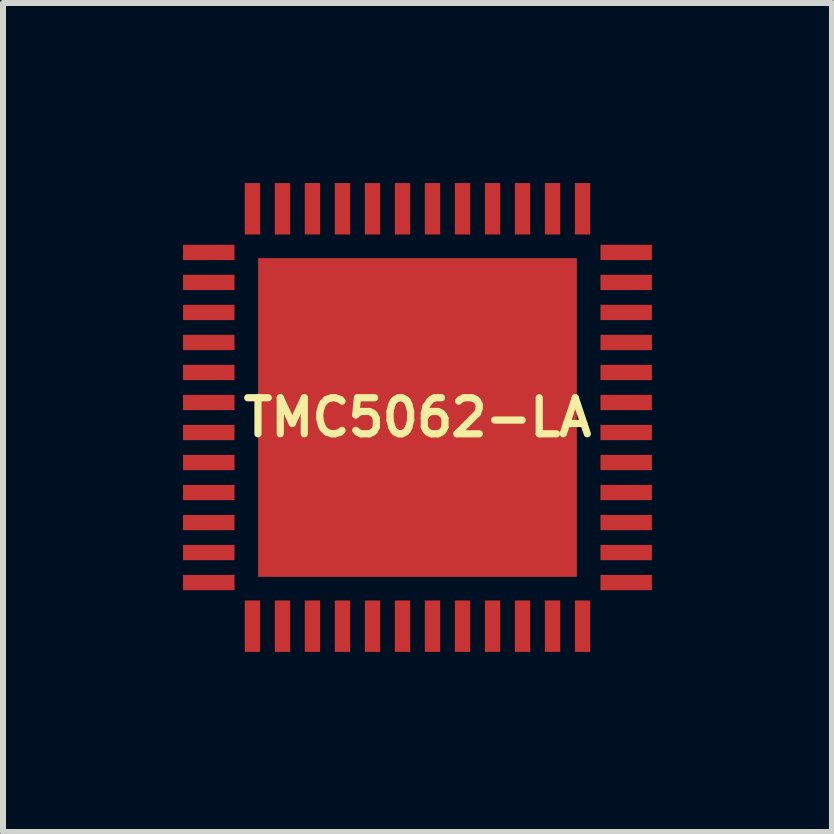
<source format=kicad_pcb>
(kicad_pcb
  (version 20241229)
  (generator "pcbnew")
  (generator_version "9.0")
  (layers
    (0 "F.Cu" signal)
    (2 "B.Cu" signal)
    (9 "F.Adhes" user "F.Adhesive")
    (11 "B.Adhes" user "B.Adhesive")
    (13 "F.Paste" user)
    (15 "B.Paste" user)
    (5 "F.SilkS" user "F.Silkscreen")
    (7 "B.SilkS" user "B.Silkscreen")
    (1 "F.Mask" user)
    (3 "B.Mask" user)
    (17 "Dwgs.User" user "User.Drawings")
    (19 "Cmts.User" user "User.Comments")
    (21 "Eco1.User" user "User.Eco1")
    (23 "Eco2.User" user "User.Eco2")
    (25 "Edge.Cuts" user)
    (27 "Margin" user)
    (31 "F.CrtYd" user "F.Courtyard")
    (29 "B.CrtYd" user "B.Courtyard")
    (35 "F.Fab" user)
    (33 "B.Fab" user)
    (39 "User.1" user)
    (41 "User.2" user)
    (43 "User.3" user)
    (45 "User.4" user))
  (footprint "TMC5062-LA"
    (layer "F.Cu")
    (at 3.905 3.905)
    (property "Reference" "TMC5062-LA" (at 0 0 0) (unlocked yes) (layer "F.SilkS") (effects (font (size 0.6 0.6) (thickness 0.12))))
    (attr smd)
    (pad "1" smd rect (at -3.477 -2.75 90) (size 0.255 0.857) (layers "F.Cu" "F.Mask" "F.Paste"))
    (pad "2" smd rect (at -3.477 -2.25 90) (size 0.255 0.857) (layers "F.Cu" "F.Mask" "F.Paste"))
    (pad "3" smd rect (at -3.477 -1.75 90) (size 0.255 0.857) (layers "F.Cu" "F.Mask" "F.Paste"))
    (pad "4" smd rect (at -3.477 -1.25 90) (size 0.255 0.857) (layers "F.Cu" "F.Mask" "F.Paste"))
    (pad "5" smd rect (at -3.477 -0.75 90) (size 0.255 0.857) (layers "F.Cu" "F.Mask" "F.Paste"))
    (pad "6" smd rect (at -3.477 -0.25 90) (size 0.255 0.857) (layers "F.Cu" "F.Mask" "F.Paste"))
    (pad "7" smd rect (at -3.477 0.25 90) (size 0.255 0.857) (layers "F.Cu" "F.Mask" "F.Paste"))
    (pad "8" smd rect (at -3.477 0.75 90) (size 0.255 0.857) (layers "F.Cu" "F.Mask" "F.Paste"))
    (pad "9" smd rect (at -3.477 1.25 90) (size 0.255 0.857) (layers "F.Cu" "F.Mask" "F.Paste"))
    (pad "10" smd rect (at -3.477 1.75 90) (size 0.255 0.857) (layers "F.Cu" "F.Mask" "F.Paste"))
    (pad "11" smd rect (at -3.477 2.25 90) (size 0.255 0.857) (layers "F.Cu" "F.Mask" "F.Paste"))
    (pad "12" smd rect (at -3.477 2.75 90) (size 0.255 0.857) (layers "F.Cu" "F.Mask" "F.Paste"))
    (pad "13" smd rect (at -2.75 3.477) (size 0.255 0.857) (layers "F.Cu" "F.Mask" "F.Paste"))
    (pad "14" smd rect (at -2.25 3.477) (size 0.255 0.857) (layers "F.Cu" "F.Mask" "F.Paste"))
    (pad "15" smd rect (at -1.75 3.477) (size 0.255 0.857) (layers "F.Cu" "F.Mask" "F.Paste"))
    (pad "16" smd rect (at -1.25 3.477) (size 0.255 0.857) (layers "F.Cu" "F.Mask" "F.Paste"))
    (pad "17" smd rect (at -0.75 3.477) (size 0.255 0.857) (layers "F.Cu" "F.Mask" "F.Paste"))
    (pad "18" smd rect (at -0.25 3.477) (size 0.255 0.857) (layers "F.Cu" "F.Mask" "F.Paste"))
    (pad "19" smd rect (at 0.25 3.477) (size 0.255 0.857) (layers "F.Cu" "F.Mask" "F.Paste"))
    (pad "20" smd rect (at 0.75 3.477) (size 0.255 0.857) (layers "F.Cu" "F.Mask" "F.Paste"))
    (pad "21" smd rect (at 1.25 3.477) (size 0.255 0.857) (layers "F.Cu" "F.Mask" "F.Paste"))
    (pad "22" smd rect (at 1.75 3.477) (size 0.255 0.857) (layers "F.Cu" "F.Mask" "F.Paste"))
    (pad "23" smd rect (at 2.25 3.477) (size 0.255 0.857) (layers "F.Cu" "F.Mask" "F.Paste"))
    (pad "24" smd rect (at 2.75 3.477) (size 0.255 0.857) (layers "F.Cu" "F.Mask" "F.Paste"))
    (pad "25" smd rect (at 3.477 2.75 90) (size 0.255 0.857) (layers "F.Cu" "F.Mask" "F.Paste"))
    (pad "26" smd rect (at 3.477 2.25 90) (size 0.255 0.857) (layers "F.Cu" "F.Mask" "F.Paste"))
    (pad "27" smd rect (at 3.477 1.75 90) (size 0.255 0.857) (layers "F.Cu" "F.Mask" "F.Paste"))
    (pad "28" smd rect (at 3.477 1.25 90) (size 0.255 0.857) (layers "F.Cu" "F.Mask" "F.Paste"))
    (pad "29" smd rect (at 3.477 0.75 90) (size 0.255 0.857) (layers "F.Cu" "F.Mask" "F.Paste"))
    (pad "30" smd rect (at 3.477 0.25 90) (size 0.255 0.857) (layers "F.Cu" "F.Mask" "F.Paste"))
    (pad "31" smd rect (at 3.477 -0.25 90) (size 0.255 0.857) (layers "F.Cu" "F.Mask" "F.Paste"))
    (pad "32" smd rect (at 3.477 -0.75 90) (size 0.255 0.857) (layers "F.Cu" "F.Mask" "F.Paste"))
    (pad "33" smd rect (at 3.477 -1.25 90) (size 0.255 0.857) (layers "F.Cu" "F.Mask" "F.Paste"))
    (pad "34" smd rect (at 3.477 -1.75 90) (size 0.255 0.857) (layers "F.Cu" "F.Mask" "F.Paste"))
    (pad "35" smd rect (at 3.477 -2.25 90) (size 0.255 0.857) (layers "F.Cu" "F.Mask" "F.Paste"))
    (pad "36" smd rect (at 3.477 -2.75 90) (size 0.255 0.857) (layers "F.Cu" "F.Mask" "F.Paste"))
    (pad "37" smd rect (at 2.75 -3.477) (size 0.255 0.857) (layers "F.Cu" "F.Mask" "F.Paste"))
    (pad "38" smd rect (at 2.25 -3.477) (size 0.255 0.857) (layers "F.Cu" "F.Mask" "F.Paste"))
    (pad "39" smd rect (at 1.75 -3.477) (size 0.255 0.857) (layers "F.Cu" "F.Mask" "F.Paste"))
    (pad "40" smd rect (at 1.25 -3.477) (size 0.255 0.857) (layers "F.Cu" "F.Mask" "F.Paste"))
    (pad "41" smd rect (at 0.75 -3.477) (size 0.255 0.857) (layers "F.Cu" "F.Mask" "F.Paste"))
    (pad "42" smd rect (at 0.25 -3.477) (size 0.255 0.857) (layers "F.Cu" "F.Mask" "F.Paste"))
    (pad "43" smd rect (at -0.25 -3.477) (size 0.255 0.857) (layers "F.Cu" "F.Mask" "F.Paste"))
    (pad "44" smd rect (at -0.75 -3.477) (size 0.255 0.857) (layers "F.Cu" "F.Mask" "F.Paste"))
    (pad "45" smd rect (at -1.25 -3.477) (size 0.255 0.857) (layers "F.Cu" "F.Mask" "F.Paste"))
    (pad "46" smd rect (at -1.75 -3.477) (size 0.255 0.857) (layers "F.Cu" "F.Mask" "F.Paste"))
    (pad "47" smd rect (at -2.25 -3.477) (size 0.255 0.857) (layers "F.Cu" "F.Mask" "F.Paste"))
    (pad "48" smd rect (at -2.75 -3.477) (size 0.255 0.857) (layers "F.Cu" "F.Mask" "F.Paste"))
    (pad "49" smd rect (at 0 0) (size 5.309 5.309) (layers "F.Cu" "F.Mask" "F.Paste")))
  (gr_rect
    (start -3 -3)
    (end 10.81 10.81)
    (stroke (width 0.1) (type default))
    (fill no)
    (layer "Edge.Cuts")))
</source>
